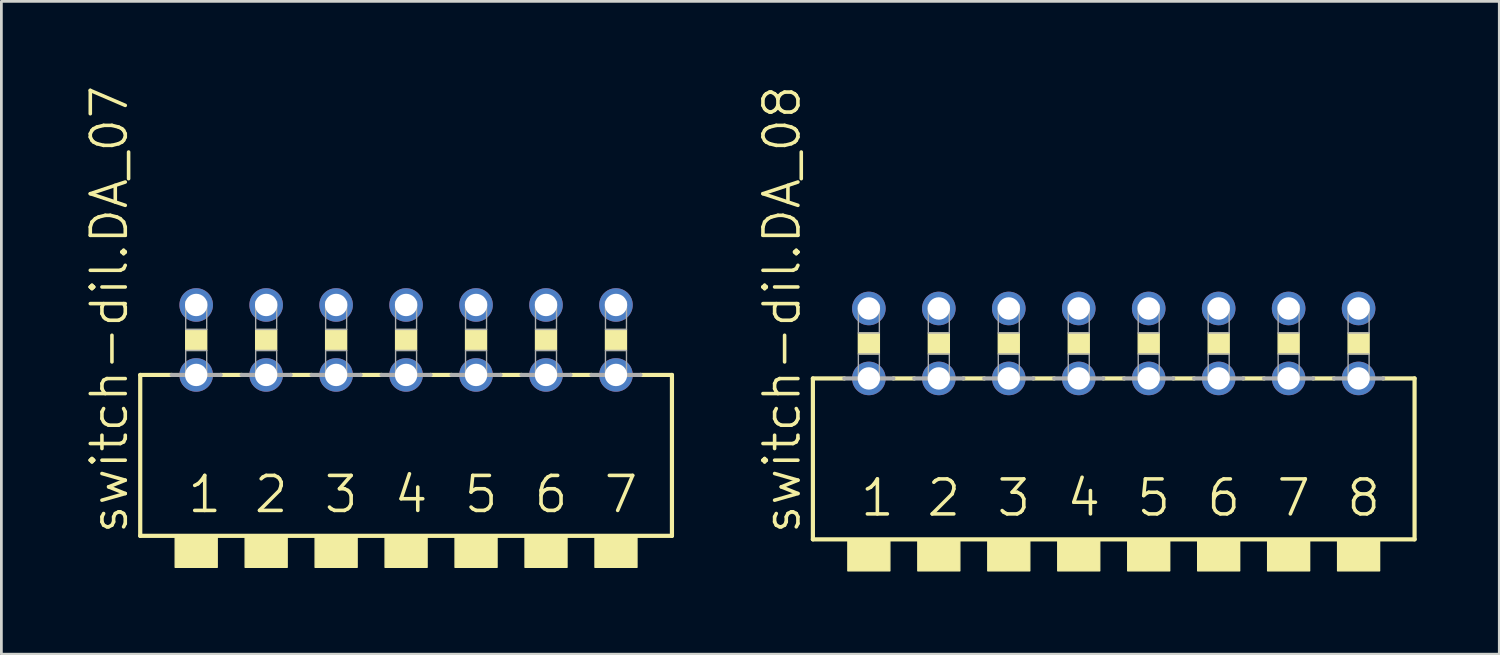
<source format=kicad_pcb>
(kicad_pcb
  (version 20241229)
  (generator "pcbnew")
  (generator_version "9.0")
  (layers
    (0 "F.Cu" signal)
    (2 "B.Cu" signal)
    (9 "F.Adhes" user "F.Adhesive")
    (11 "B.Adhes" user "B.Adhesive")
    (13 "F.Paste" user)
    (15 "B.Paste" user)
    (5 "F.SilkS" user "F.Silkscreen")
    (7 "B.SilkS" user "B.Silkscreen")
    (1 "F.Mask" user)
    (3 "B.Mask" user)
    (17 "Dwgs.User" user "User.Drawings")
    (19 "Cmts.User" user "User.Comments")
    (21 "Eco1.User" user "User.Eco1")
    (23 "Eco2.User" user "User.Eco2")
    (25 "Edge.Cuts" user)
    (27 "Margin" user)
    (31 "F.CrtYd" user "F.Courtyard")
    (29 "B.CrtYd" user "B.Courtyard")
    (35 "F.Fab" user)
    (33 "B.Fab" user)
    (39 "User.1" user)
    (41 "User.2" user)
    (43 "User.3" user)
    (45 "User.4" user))
  (footprint "switch-dil.DA_07"
    (layer "F.Cu")
    (at 11.693 9.292)
    (property "Reference" "switch-dil.DA_07" (at -10.033 7.112 90) (layer "F.SilkS") (effects (font (size 1.27 1.27) (thickness 0.13)) (justify left bottom)))
    (attr through_hole)
    (fp_line (start -9.652 1.27) (end -9.652 7.112) (stroke (width 0.152) (type default)) (layer "F.SilkS"))
    (fp_line (start -8.509 1.27) (end -9.652 1.27) (stroke (width 0.152) (type default)) (layer "F.SilkS"))
    (fp_line (start -5.969 1.27) (end -6.731 1.27) (stroke (width 0.152) (type default)) (layer "F.SilkS"))
    (fp_line (start -3.429 1.27) (end -4.191 1.27) (stroke (width 0.152) (type default)) (layer "F.SilkS"))
    (fp_line (start -0.889 1.27) (end -1.651 1.27) (stroke (width 0.152) (type default)) (layer "F.SilkS"))
    (fp_line (start 1.651 1.27) (end 0.889 1.27) (stroke (width 0.152) (type default)) (layer "F.SilkS"))
    (fp_line (start 4.191 1.27) (end 3.429 1.27) (stroke (width 0.152) (type default)) (layer "F.SilkS"))
    (fp_line (start 6.731 1.27) (end 5.969 1.27) (stroke (width 0.152) (type default)) (layer "F.SilkS"))
    (fp_line (start 8.509 1.27) (end 9.652 1.27) (stroke (width 0.152) (type default)) (layer "F.SilkS"))
    (fp_line (start 9.652 7.112) (end -9.652 7.112) (stroke (width 0.152) (type default)) (layer "F.SilkS"))
    (fp_line (start 9.652 7.112) (end 9.652 1.27) (stroke (width 0.152) (type default)) (layer "F.SilkS"))
    (fp_rect (start -8.382 8.255) (end -6.858 7.112) (stroke (width 0.05) (type default)) (fill yes) (layer "F.SilkS"))
    (fp_rect (start -8.001 0.381) (end -7.239 -0.381) (stroke (width 0.05) (type default)) (fill yes) (layer "F.SilkS"))
    (fp_rect (start -5.842 8.255) (end -4.318 7.112) (stroke (width 0.05) (type default)) (fill yes) (layer "F.SilkS"))
    (fp_rect (start -5.461 0.381) (end -4.699 -0.381) (stroke (width 0.05) (type default)) (fill yes) (layer "F.SilkS"))
    (fp_rect (start -3.302 8.255) (end -1.778 7.112) (stroke (width 0.05) (type default)) (fill yes) (layer "F.SilkS"))
    (fp_rect (start -2.921 0.381) (end -2.159 -0.381) (stroke (width 0.05) (type default)) (fill yes) (layer "F.SilkS"))
    (fp_rect (start -0.762 8.255) (end 0.762 7.112) (stroke (width 0.05) (type default)) (fill yes) (layer "F.SilkS"))
    (fp_rect (start -0.381 0.381) (end 0.381 -0.381) (stroke (width 0.05) (type default)) (fill yes) (layer "F.SilkS"))
    (fp_rect (start 1.778 8.255) (end 3.302 7.112) (stroke (width 0.05) (type default)) (fill yes) (layer "F.SilkS"))
    (fp_rect (start 2.159 0.381) (end 2.921 -0.381) (stroke (width 0.05) (type default)) (fill yes) (layer "F.SilkS"))
    (fp_rect (start 4.318 8.255) (end 5.842 7.112) (stroke (width 0.05) (type default)) (fill yes) (layer "F.SilkS"))
    (fp_rect (start 4.699 0.381) (end 5.461 -0.381) (stroke (width 0.05) (type default)) (fill yes) (layer "F.SilkS"))
    (fp_rect (start 6.858 8.255) (end 8.382 7.112) (stroke (width 0.05) (type default)) (fill yes) (layer "F.SilkS"))
    (fp_rect (start 7.239 0.381) (end 8.001 -0.381) (stroke (width 0.05) (type default)) (fill yes) (layer "F.SilkS"))
    (fp_line (start -8.509 1.27) (end -6.731 1.27) (stroke (width 0.152) (type default)) (layer "F.Fab"))
    (fp_line (start -5.969 1.27) (end -4.191 1.27) (stroke (width 0.152) (type default)) (layer "F.Fab"))
    (fp_line (start -3.429 1.27) (end -1.651 1.27) (stroke (width 0.152) (type default)) (layer "F.Fab"))
    (fp_line (start -0.889 1.27) (end 0.889 1.27) (stroke (width 0.152) (type default)) (layer "F.Fab"))
    (fp_line (start 1.651 1.27) (end 3.429 1.27) (stroke (width 0.152) (type default)) (layer "F.Fab"))
    (fp_line (start 4.191 1.27) (end 5.969 1.27) (stroke (width 0.152) (type default)) (layer "F.Fab"))
    (fp_line (start 6.731 1.27) (end 8.509 1.27) (stroke (width 0.152) (type default)) (layer "F.Fab"))
    (fp_rect (start -8.001 -0.381) (end -7.239 -1.397) (stroke (width 0.05) (type default)) (fill no) (layer "F.Fab"))
    (fp_rect (start -8.001 1.27) (end -7.239 0.381) (stroke (width 0.05) (type default)) (fill no) (layer "F.Fab"))
    (fp_rect (start -5.461 -0.381) (end -4.699 -1.397) (stroke (width 0.05) (type default)) (fill no) (layer "F.Fab"))
    (fp_rect (start -5.461 1.27) (end -4.699 0.381) (stroke (width 0.05) (type default)) (fill no) (layer "F.Fab"))
    (fp_rect (start -2.921 -0.381) (end -2.159 -1.397) (stroke (width 0.05) (type default)) (fill no) (layer "F.Fab"))
    (fp_rect (start -2.921 1.27) (end -2.159 0.381) (stroke (width 0.05) (type default)) (fill no) (layer "F.Fab"))
    (fp_rect (start -0.381 -0.381) (end 0.381 -1.397) (stroke (width 0.05) (type default)) (fill no) (layer "F.Fab"))
    (fp_rect (start -0.381 1.27) (end 0.381 0.381) (stroke (width 0.05) (type default)) (fill no) (layer "F.Fab"))
    (fp_rect (start 2.159 -0.381) (end 2.921 -1.397) (stroke (width 0.05) (type default)) (fill no) (layer "F.Fab"))
    (fp_rect (start 2.159 1.27) (end 2.921 0.381) (stroke (width 0.05) (type default)) (fill no) (layer "F.Fab"))
    (fp_rect (start 4.699 -0.381) (end 5.461 -1.397) (stroke (width 0.05) (type default)) (fill no) (layer "F.Fab"))
    (fp_rect (start 4.699 1.27) (end 5.461 0.381) (stroke (width 0.05) (type default)) (fill no) (layer "F.Fab"))
    (fp_rect (start 7.239 -0.381) (end 8.001 -1.397) (stroke (width 0.05) (type default)) (fill no) (layer "F.Fab"))
    (fp_rect (start 7.239 1.27) (end 8.001 0.381) (stroke (width 0.05) (type default)) (fill no) (layer "F.Fab"))
    (fp_text user "4" (at -0.508 6.35 0) (layer "F.SilkS") (effects (font (size 1.27 1.27) (thickness 0.13)) (justify left bottom)))
    (fp_text user "6" (at 4.572 6.35 0) (layer "F.SilkS") (effects (font (size 1.27 1.27) (thickness 0.13)) (justify left bottom)))
    (fp_text user "2" (at -5.588 6.35 0) (layer "F.SilkS") (effects (font (size 1.27 1.27) (thickness 0.13)) (justify left bottom)))
    (fp_text user "1" (at -8.001 6.35 0) (layer "F.SilkS") (effects (font (size 1.27 1.27) (thickness 0.13)) (justify left bottom)))
    (fp_text user "5" (at 2.032 6.35 0) (layer "F.SilkS") (effects (font (size 1.27 1.27) (thickness 0.13)) (justify left bottom)))
    (fp_text user "7" (at 7.112 6.35 0) (layer "F.SilkS") (effects (font (size 1.27 1.27) (thickness 0.13)) (justify left bottom)))
    (fp_text user "3" (at -3.048 6.35 0) (layer "F.SilkS") (effects (font (size 1.27 1.27) (thickness 0.13)) (justify left bottom)))
    (pad "1" thru_hole circle (at -7.62 1.27) (size 1.219 1.219) (drill 0.813) (layers "*.Cu" "*.Mask"))
    (pad "2" thru_hole circle (at -5.08 1.27) (size 1.219 1.219) (drill 0.813) (layers "*.Cu" "*.Mask"))
    (pad "3" thru_hole circle (at -2.54 1.27) (size 1.219 1.219) (drill 0.813) (layers "*.Cu" "*.Mask"))
    (pad "4" thru_hole circle (at 0 1.27) (size 1.219 1.219) (drill 0.813) (layers "*.Cu" "*.Mask"))
    (pad "5" thru_hole circle (at 2.54 1.27) (size 1.219 1.219) (drill 0.813) (layers "*.Cu" "*.Mask"))
    (pad "6" thru_hole circle (at 5.08 1.27) (size 1.219 1.219) (drill 0.813) (layers "*.Cu" "*.Mask"))
    (pad "7" thru_hole circle (at 7.62 1.27) (size 1.219 1.219) (drill 0.813) (layers "*.Cu" "*.Mask"))
    (pad "8" thru_hole circle (at 7.62 -1.27) (size 1.219 1.219) (drill 0.813) (layers "*.Cu" "*.Mask"))
    (pad "9" thru_hole circle (at 5.08 -1.27) (size 1.219 1.219) (drill 0.813) (layers "*.Cu" "*.Mask"))
    (pad "10" thru_hole circle (at 2.54 -1.27) (size 1.219 1.219) (drill 0.813) (layers "*.Cu" "*.Mask"))
    (pad "11" thru_hole circle (at 0 -1.27) (size 1.219 1.219) (drill 0.813) (layers "*.Cu" "*.Mask"))
    (pad "12" thru_hole circle (at -2.54 -1.27) (size 1.219 1.219) (drill 0.813) (layers "*.Cu" "*.Mask"))
    (pad "13" thru_hole circle (at -5.08 -1.27) (size 1.219 1.219) (drill 0.813) (layers "*.Cu" "*.Mask"))
    (pad "14" thru_hole circle (at -7.62 -1.27) (size 1.219 1.219) (drill 0.813) (layers "*.Cu" "*.Mask")))
  (footprint "switch-dil.DA_08"
    (layer "F.Cu")
    (at 37.384 9.419)
    (property "Reference" "switch-dil.DA_08" (at -11.303 6.985 90) (layer "F.SilkS") (effects (font (size 1.27 1.27) (thickness 0.13)) (justify left bottom)))
    (attr through_hole)
    (fp_line (start -10.922 1.27) (end -10.922 7.112) (stroke (width 0.152) (type default)) (layer "F.SilkS"))
    (fp_line (start -9.779 1.27) (end -10.922 1.27) (stroke (width 0.152) (type default)) (layer "F.SilkS"))
    (fp_line (start -7.239 1.27) (end -8.001 1.27) (stroke (width 0.152) (type default)) (layer "F.SilkS"))
    (fp_line (start -4.699 1.27) (end -5.461 1.27) (stroke (width 0.152) (type default)) (layer "F.SilkS"))
    (fp_line (start -2.159 1.27) (end -2.921 1.27) (stroke (width 0.152) (type default)) (layer "F.SilkS"))
    (fp_line (start 0.381 1.27) (end -0.381 1.27) (stroke (width 0.152) (type default)) (layer "F.SilkS"))
    (fp_line (start 2.921 1.27) (end 2.159 1.27) (stroke (width 0.152) (type default)) (layer "F.SilkS"))
    (fp_line (start 5.461 1.27) (end 4.699 1.27) (stroke (width 0.152) (type default)) (layer "F.SilkS"))
    (fp_line (start 8.001 1.27) (end 7.239 1.27) (stroke (width 0.152) (type default)) (layer "F.SilkS"))
    (fp_line (start 9.779 1.27) (end 10.922 1.27) (stroke (width 0.152) (type default)) (layer "F.SilkS"))
    (fp_line (start 10.922 7.112) (end -10.922 7.112) (stroke (width 0.152) (type default)) (layer "F.SilkS"))
    (fp_line (start 10.922 7.112) (end 10.922 1.27) (stroke (width 0.152) (type default)) (layer "F.SilkS"))
    (fp_rect (start -9.652 8.255) (end -8.128 7.112) (stroke (width 0.05) (type default)) (fill yes) (layer "F.SilkS"))
    (fp_rect (start -9.271 0.381) (end -8.509 -0.381) (stroke (width 0.05) (type default)) (fill yes) (layer "F.SilkS"))
    (fp_rect (start -7.112 8.255) (end -5.588 7.112) (stroke (width 0.05) (type default)) (fill yes) (layer "F.SilkS"))
    (fp_rect (start -6.731 0.381) (end -5.969 -0.381) (stroke (width 0.05) (type default)) (fill yes) (layer "F.SilkS"))
    (fp_rect (start -4.572 8.255) (end -3.048 7.112) (stroke (width 0.05) (type default)) (fill yes) (layer "F.SilkS"))
    (fp_rect (start -4.191 0.381) (end -3.429 -0.381) (stroke (width 0.05) (type default)) (fill yes) (layer "F.SilkS"))
    (fp_rect (start -2.032 8.255) (end -0.508 7.112) (stroke (width 0.05) (type default)) (fill yes) (layer "F.SilkS"))
    (fp_rect (start -1.651 0.381) (end -0.889 -0.381) (stroke (width 0.05) (type default)) (fill yes) (layer "F.SilkS"))
    (fp_rect (start 0.508 8.255) (end 2.032 7.112) (stroke (width 0.05) (type default)) (fill yes) (layer "F.SilkS"))
    (fp_rect (start 0.889 0.381) (end 1.651 -0.381) (stroke (width 0.05) (type default)) (fill yes) (layer "F.SilkS"))
    (fp_rect (start 3.048 8.255) (end 4.572 7.112) (stroke (width 0.05) (type default)) (fill yes) (layer "F.SilkS"))
    (fp_rect (start 3.429 0.381) (end 4.191 -0.381) (stroke (width 0.05) (type default)) (fill yes) (layer "F.SilkS"))
    (fp_rect (start 5.588 8.255) (end 7.112 7.112) (stroke (width 0.05) (type default)) (fill yes) (layer "F.SilkS"))
    (fp_rect (start 5.969 0.381) (end 6.731 -0.381) (stroke (width 0.05) (type default)) (fill yes) (layer "F.SilkS"))
    (fp_rect (start 8.128 8.255) (end 9.652 7.112) (stroke (width 0.05) (type default)) (fill yes) (layer "F.SilkS"))
    (fp_rect (start 8.509 0.381) (end 9.271 -0.381) (stroke (width 0.05) (type default)) (fill yes) (layer "F.SilkS"))
    (fp_line (start -9.779 1.27) (end -8.001 1.27) (stroke (width 0.152) (type default)) (layer "F.Fab"))
    (fp_line (start -7.239 1.27) (end -5.461 1.27) (stroke (width 0.152) (type default)) (layer "F.Fab"))
    (fp_line (start -4.699 1.27) (end -2.921 1.27) (stroke (width 0.152) (type default)) (layer "F.Fab"))
    (fp_line (start -2.159 1.27) (end -0.381 1.27) (stroke (width 0.152) (type default)) (layer "F.Fab"))
    (fp_line (start 0.381 1.27) (end 2.159 1.27) (stroke (width 0.152) (type default)) (layer "F.Fab"))
    (fp_line (start 2.921 1.27) (end 4.699 1.27) (stroke (width 0.152) (type default)) (layer "F.Fab"))
    (fp_line (start 5.461 1.27) (end 7.239 1.27) (stroke (width 0.152) (type default)) (layer "F.Fab"))
    (fp_line (start 8.001 1.27) (end 9.779 1.27) (stroke (width 0.152) (type default)) (layer "F.Fab"))
    (fp_rect (start -9.271 -0.381) (end -8.509 -1.397) (stroke (width 0.05) (type default)) (fill no) (layer "F.Fab"))
    (fp_rect (start -9.271 1.27) (end -8.509 0.381) (stroke (width 0.05) (type default)) (fill no) (layer "F.Fab"))
    (fp_rect (start -6.731 -0.381) (end -5.969 -1.397) (stroke (width 0.05) (type default)) (fill no) (layer "F.Fab"))
    (fp_rect (start -6.731 1.27) (end -5.969 0.381) (stroke (width 0.05) (type default)) (fill no) (layer "F.Fab"))
    (fp_rect (start -4.191 -0.381) (end -3.429 -1.397) (stroke (width 0.05) (type default)) (fill no) (layer "F.Fab"))
    (fp_rect (start -4.191 1.27) (end -3.429 0.381) (stroke (width 0.05) (type default)) (fill no) (layer "F.Fab"))
    (fp_rect (start -1.651 -0.381) (end -0.889 -1.397) (stroke (width 0.05) (type default)) (fill no) (layer "F.Fab"))
    (fp_rect (start -1.651 1.27) (end -0.889 0.381) (stroke (width 0.05) (type default)) (fill no) (layer "F.Fab"))
    (fp_rect (start 0.889 -0.381) (end 1.651 -1.397) (stroke (width 0.05) (type default)) (fill no) (layer "F.Fab"))
    (fp_rect (start 0.889 1.27) (end 1.651 0.381) (stroke (width 0.05) (type default)) (fill no) (layer "F.Fab"))
    (fp_rect (start 3.429 -0.381) (end 4.191 -1.397) (stroke (width 0.05) (type default)) (fill no) (layer "F.Fab"))
    (fp_rect (start 3.429 1.27) (end 4.191 0.381) (stroke (width 0.05) (type default)) (fill no) (layer "F.Fab"))
    (fp_rect (start 5.969 -0.381) (end 6.731 -1.397) (stroke (width 0.05) (type default)) (fill no) (layer "F.Fab"))
    (fp_rect (start 5.969 1.27) (end 6.731 0.381) (stroke (width 0.05) (type default)) (fill no) (layer "F.Fab"))
    (fp_rect (start 8.509 -0.381) (end 9.271 -1.397) (stroke (width 0.05) (type default)) (fill no) (layer "F.Fab"))
    (fp_rect (start 8.509 1.27) (end 9.271 0.381) (stroke (width 0.05) (type default)) (fill no) (layer "F.Fab"))
    (fp_text user "1" (at -9.271 6.35 0) (layer "F.SilkS") (effects (font (size 1.27 1.27) (thickness 0.13)) (justify left bottom)))
    (fp_text user "2" (at -6.858 6.35 0) (layer "F.SilkS") (effects (font (size 1.27 1.27) (thickness 0.13)) (justify left bottom)))
    (fp_text user "6" (at 3.302 6.35 0) (layer "F.SilkS") (effects (font (size 1.27 1.27) (thickness 0.13)) (justify left bottom)))
    (fp_text user "7" (at 5.842 6.35 0) (layer "F.SilkS") (effects (font (size 1.27 1.27) (thickness 0.13)) (justify left bottom)))
    (fp_text user "8" (at 8.382 6.35 0) (layer "F.SilkS") (effects (font (size 1.27 1.27) (thickness 0.13)) (justify left bottom)))
    (fp_text user "3" (at -4.318 6.35 0) (layer "F.SilkS") (effects (font (size 1.27 1.27) (thickness 0.13)) (justify left bottom)))
    (fp_text user "4" (at -1.778 6.35 0) (layer "F.SilkS") (effects (font (size 1.27 1.27) (thickness 0.13)) (justify left bottom)))
    (fp_text user "5" (at 0.762 6.35 0) (layer "F.SilkS") (effects (font (size 1.27 1.27) (thickness 0.13)) (justify left bottom)))
    (pad "1" thru_hole circle (at -8.89 1.27) (size 1.219 1.219) (drill 0.813) (layers "*.Cu" "*.Mask"))
    (pad "2" thru_hole circle (at -6.35 1.27) (size 1.219 1.219) (drill 0.813) (layers "*.Cu" "*.Mask"))
    (pad "3" thru_hole circle (at -3.81 1.27) (size 1.219 1.219) (drill 0.813) (layers "*.Cu" "*.Mask"))
    (pad "4" thru_hole circle (at -1.27 1.27) (size 1.219 1.219) (drill 0.813) (layers "*.Cu" "*.Mask"))
    (pad "5" thru_hole circle (at 1.27 1.27) (size 1.219 1.219) (drill 0.813) (layers "*.Cu" "*.Mask"))
    (pad "6" thru_hole circle (at 3.81 1.27) (size 1.219 1.219) (drill 0.813) (layers "*.Cu" "*.Mask"))
    (pad "7" thru_hole circle (at 6.35 1.27) (size 1.219 1.219) (drill 0.813) (layers "*.Cu" "*.Mask"))
    (pad "8" thru_hole circle (at 8.89 1.27) (size 1.219 1.219) (drill 0.813) (layers "*.Cu" "*.Mask"))
    (pad "9" thru_hole circle (at 8.89 -1.27) (size 1.219 1.219) (drill 0.813) (layers "*.Cu" "*.Mask"))
    (pad "10" thru_hole circle (at 6.35 -1.27) (size 1.219 1.219) (drill 0.813) (layers "*.Cu" "*.Mask"))
    (pad "11" thru_hole circle (at 3.81 -1.27) (size 1.219 1.219) (drill 0.813) (layers "*.Cu" "*.Mask"))
    (pad "12" thru_hole circle (at 1.27 -1.27) (size 1.219 1.219) (drill 0.813) (layers "*.Cu" "*.Mask"))
    (pad "13" thru_hole circle (at -1.27 -1.27) (size 1.219 1.219) (drill 0.813) (layers "*.Cu" "*.Mask"))
    (pad "14" thru_hole circle (at -3.81 -1.27) (size 1.219 1.219) (drill 0.813) (layers "*.Cu" "*.Mask"))
    (pad "15" thru_hole circle (at -6.35 -1.27) (size 1.219 1.219) (drill 0.813) (layers "*.Cu" "*.Mask"))
    (pad "16" thru_hole circle (at -8.89 -1.27) (size 1.219 1.219) (drill 0.813) (layers "*.Cu" "*.Mask")))
  (gr_rect
    (start -3 -3)
    (end 51.382 20.699)
    (stroke (width 0.1) (type default))
    (fill no)
    (layer "Edge.Cuts")))
</source>
